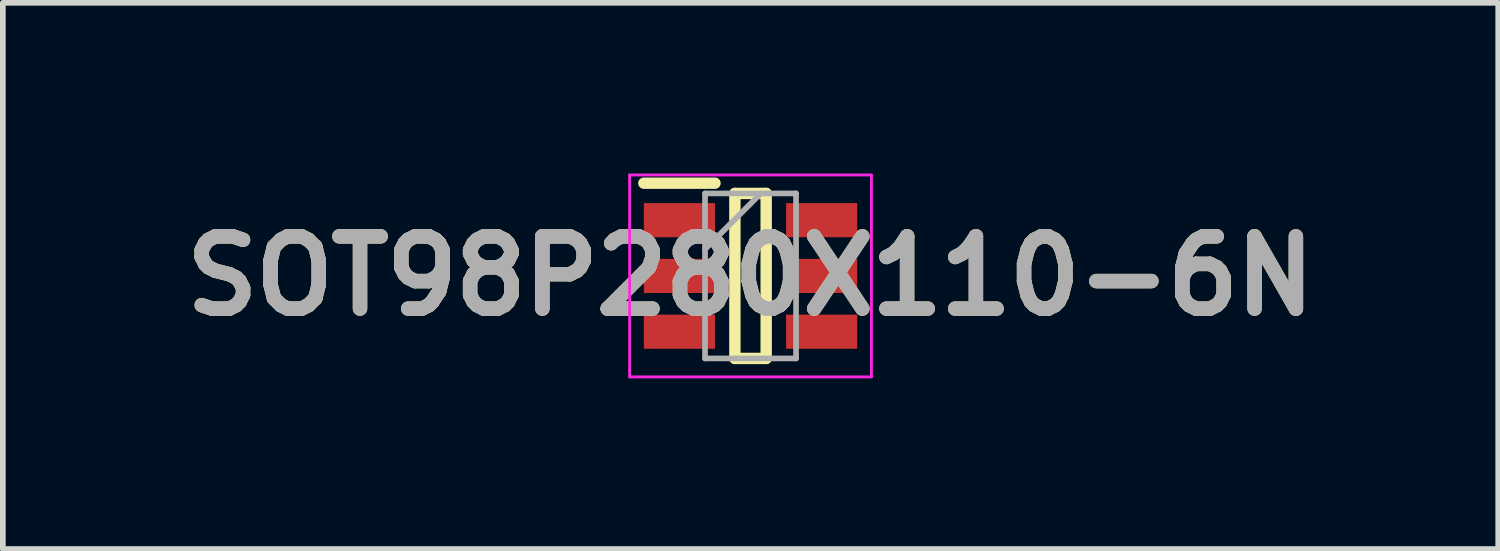
<source format=kicad_pcb>
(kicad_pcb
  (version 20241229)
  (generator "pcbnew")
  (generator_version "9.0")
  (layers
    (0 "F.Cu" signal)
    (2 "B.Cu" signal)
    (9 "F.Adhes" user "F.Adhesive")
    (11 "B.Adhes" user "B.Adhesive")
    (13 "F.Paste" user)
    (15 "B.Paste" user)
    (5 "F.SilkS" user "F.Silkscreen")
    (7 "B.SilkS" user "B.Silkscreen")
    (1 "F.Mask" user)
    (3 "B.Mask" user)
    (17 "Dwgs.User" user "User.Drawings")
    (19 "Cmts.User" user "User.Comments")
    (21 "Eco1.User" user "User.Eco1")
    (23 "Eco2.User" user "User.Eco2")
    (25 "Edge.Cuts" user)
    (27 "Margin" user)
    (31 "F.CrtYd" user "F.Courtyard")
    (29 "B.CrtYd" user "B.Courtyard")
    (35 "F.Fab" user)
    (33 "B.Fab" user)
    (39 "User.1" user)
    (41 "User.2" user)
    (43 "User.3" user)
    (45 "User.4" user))
  (footprint "SOT98P280X110-6N"
    (layer "F.Cu")
    (at 10.142 1.8)
    (property "Reference" "SOT98P280X110-6N" (at 0 0 0) (layer "F.SilkS") (effects (font (size 1.27 1.27) (thickness 0.254))))
    (attr smd)
    (fp_line (start -1.875 -1.63) (end -0.625 -1.63) (stroke (width 0.2) (type solid)) (layer "F.SilkS"))
    (fp_line (start -0.275 -1.45) (end 0.275 -1.45) (stroke (width 0.2) (type solid)) (layer "F.SilkS"))
    (fp_line (start -0.275 1.45) (end -0.275 -1.45) (stroke (width 0.2) (type solid)) (layer "F.SilkS"))
    (fp_line (start 0.275 -1.45) (end 0.275 1.45) (stroke (width 0.2) (type solid)) (layer "F.SilkS"))
    (fp_line (start 0.275 1.45) (end -0.275 1.45) (stroke (width 0.2) (type solid)) (layer "F.SilkS"))
    (fp_line (start -2.125 -1.775) (end 2.125 -1.775) (stroke (width 0.05) (type solid)) (layer "F.CrtYd"))
    (fp_line (start -2.125 1.775) (end -2.125 -1.775) (stroke (width 0.05) (type solid)) (layer "F.CrtYd"))
    (fp_line (start 2.125 -1.775) (end 2.125 1.775) (stroke (width 0.05) (type solid)) (layer "F.CrtYd"))
    (fp_line (start 2.125 1.775) (end -2.125 1.775) (stroke (width 0.05) (type solid)) (layer "F.CrtYd"))
    (fp_line (start -0.8 -1.45) (end 0.8 -1.45) (stroke (width 0.1) (type solid)) (layer "F.Fab"))
    (fp_line (start -0.8 -0.47) (end 0.18 -1.45) (stroke (width 0.1) (type solid)) (layer "F.Fab"))
    (fp_line (start -0.8 1.45) (end -0.8 -1.45) (stroke (width 0.1) (type solid)) (layer "F.Fab"))
    (fp_line (start 0.8 -1.45) (end 0.8 1.45) (stroke (width 0.1) (type solid)) (layer "F.Fab"))
    (fp_line (start 0.8 1.45) (end -0.8 1.45) (stroke (width 0.1) (type solid)) (layer "F.Fab"))
    (fp_text user "${REFERENCE}" (at 0 0 0) (layer "F.Fab") (effects (font (size 1.27 1.27) (thickness 0.254))))
    (pad "1" smd rect (at -1.25 -0.98 90) (size 0.6 1.25) (layers "F.Cu" "F.Mask" "F.Paste"))
    (pad "2" smd rect (at -1.25 0 90) (size 0.6 1.25) (layers "F.Cu" "F.Mask" "F.Paste"))
    (pad "3" smd rect (at -1.25 0.98 90) (size 0.6 1.25) (layers "F.Cu" "F.Mask" "F.Paste"))
    (pad "4" smd rect (at 1.25 0.98 90) (size 0.6 1.25) (layers "F.Cu" "F.Mask" "F.Paste"))
    (pad "5" smd rect (at 1.25 0 90) (size 0.6 1.25) (layers "F.Cu" "F.Mask" "F.Paste"))
    (pad "6" smd rect (at 1.25 -0.98 90) (size 0.6 1.25) (layers "F.Cu" "F.Mask" "F.Paste")))
  (gr_rect
    (start -3 -3)
    (end 23.284 6.6)
    (stroke (width 0.1) (type default))
    (fill no)
    (layer "Edge.Cuts")))
</source>
